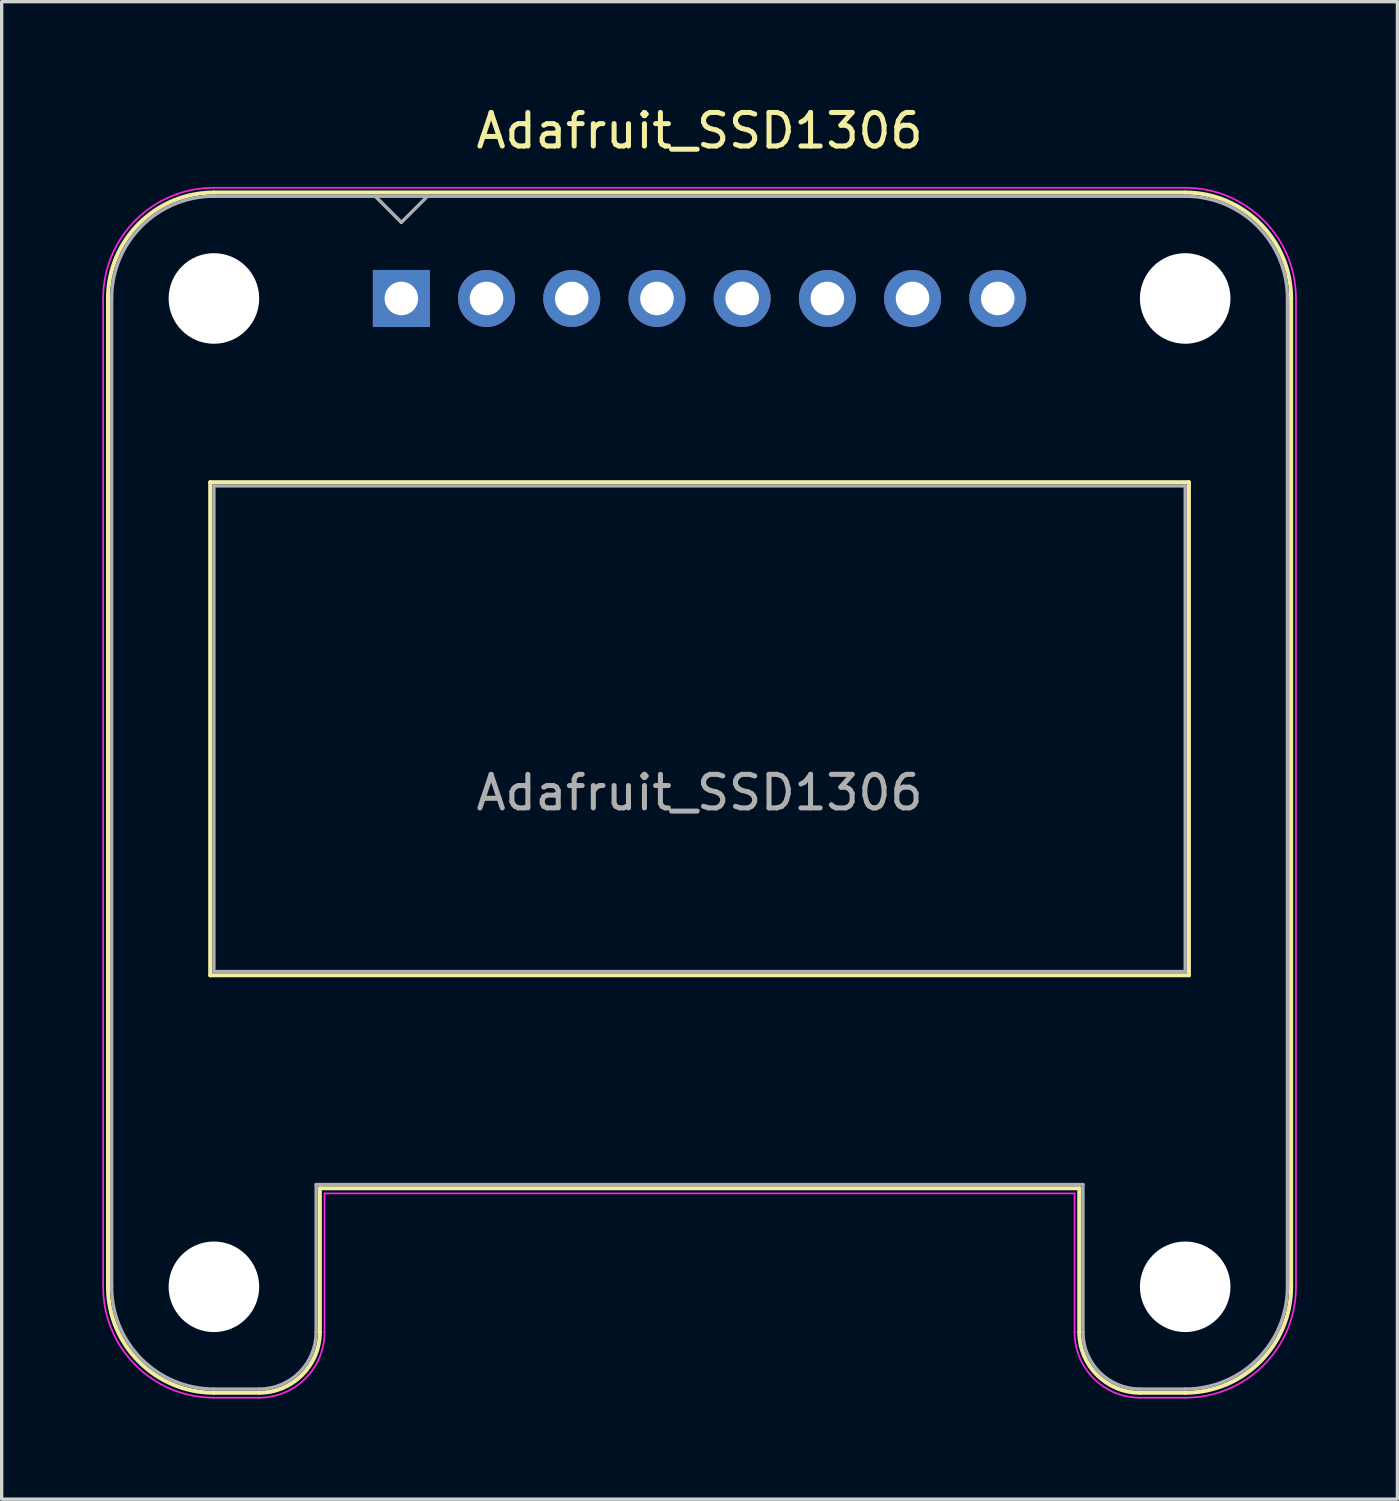
<source format=kicad_pcb>
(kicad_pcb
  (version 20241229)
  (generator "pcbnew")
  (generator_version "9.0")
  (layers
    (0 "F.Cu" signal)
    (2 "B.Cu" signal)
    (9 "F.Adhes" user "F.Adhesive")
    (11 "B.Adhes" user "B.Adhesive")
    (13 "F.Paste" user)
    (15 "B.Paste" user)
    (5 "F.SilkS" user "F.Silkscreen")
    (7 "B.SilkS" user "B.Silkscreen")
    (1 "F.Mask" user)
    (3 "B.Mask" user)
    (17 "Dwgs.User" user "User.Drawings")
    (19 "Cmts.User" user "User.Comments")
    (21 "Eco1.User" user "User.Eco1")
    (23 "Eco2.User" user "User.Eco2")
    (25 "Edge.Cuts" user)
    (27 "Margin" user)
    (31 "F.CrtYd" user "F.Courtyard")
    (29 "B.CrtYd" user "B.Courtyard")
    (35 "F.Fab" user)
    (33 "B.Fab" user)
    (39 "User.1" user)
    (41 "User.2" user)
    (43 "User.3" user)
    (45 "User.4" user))
  (footprint "Adafruit_SSD1306"
    (layer "F.Cu")
    (at 8.915 5.848)
    (property "Reference" "Adafruit_SSD1306" (at 8.89 -5 0) (layer "F.SilkS") (effects (font (size 1 1) (thickness 0.15))))
    (attr through_hole)
    (fp_line (start -8.746 0) (end -8.746 29.464) (stroke (width 0.12) (type solid)) (layer "F.SilkS"))
    (fp_line (start -5.698 5.478) (end -5.698 20.176) (stroke (width 0.12) (type solid)) (layer "F.SilkS"))
    (fp_line (start -5.698 5.478) (end 23.478 5.478) (stroke (width 0.12) (type solid)) (layer "F.SilkS"))
    (fp_line (start -5.698 20.176) (end 23.478 20.176) (stroke (width 0.12) (type solid)) (layer "F.SilkS"))
    (fp_line (start -4.238 32.622) (end -5.59 32.622) (stroke (width 0.12) (type solid)) (layer "F.SilkS"))
    (fp_line (start -2.43 26.526) (end -2.43 30.814) (stroke (width 0.12) (type solid)) (layer "F.SilkS"))
    (fp_line (start -2.43 26.526) (end 20.21 26.526) (stroke (width 0.12) (type solid)) (layer "F.SilkS"))
    (fp_line (start 20.21 26.526) (end 20.21 30.814) (stroke (width 0.12) (type solid)) (layer "F.SilkS"))
    (fp_line (start 22.018 32.622) (end 23.37 32.622) (stroke (width 0.12) (type solid)) (layer "F.SilkS"))
    (fp_line (start 23.368 -3.158) (end -5.588 -3.158) (stroke (width 0.12) (type solid)) (layer "F.SilkS"))
    (fp_line (start 23.478 5.478) (end 23.478 20.176) (stroke (width 0.12) (type solid)) (layer "F.SilkS"))
    (fp_line (start 26.526 0) (end 26.526 29.464) (stroke (width 0.12) (type solid)) (layer "F.SilkS"))
    (fp_arc (start -8.746 0) (mid -7.821043 -2.233043) (end -5.588 -3.158) (stroke (width 0.12) (type solid)) (layer "F.SilkS"))
    (fp_arc (start -5.588 32.622) (mid -7.821043 31.697043) (end -8.746 29.464) (stroke (width 0.12) (type solid)) (layer "F.SilkS"))
    (fp_arc (start -2.43 30.812) (mid -2.958137 32.091035) (end -4.236 32.622) (stroke (width 0.12) (type solid)) (layer "F.SilkS"))
    (fp_arc (start 22.016 32.622) (mid 20.738137 32.091035) (end 20.21 30.812) (stroke (width 0.12) (type solid)) (layer "F.SilkS"))
    (fp_arc (start 23.368 -3.158) (mid 25.601043 -2.233043) (end 26.526 0) (stroke (width 0.12) (type solid)) (layer "F.SilkS"))
    (fp_arc (start 26.526 29.464) (mid 25.601043 31.697043) (end 23.368 32.622) (stroke (width 0.12) (type solid)) (layer "F.SilkS"))
    (fp_line (start -8.89 0) (end -8.89 29.47) (stroke (width 0.05) (type solid)) (layer "F.CrtYd"))
    (fp_line (start -4.24 32.77) (end -5.59 32.77) (stroke (width 0.05) (type solid)) (layer "F.CrtYd"))
    (fp_line (start -2.29 26.68) (end -2.29 30.82) (stroke (width 0.05) (type solid)) (layer "F.CrtYd"))
    (fp_line (start -2.29 26.68) (end 20.07 26.68) (stroke (width 0.05) (type solid)) (layer "F.CrtYd"))
    (fp_line (start 20.07 26.68) (end 20.07 30.82) (stroke (width 0.05) (type solid)) (layer "F.CrtYd"))
    (fp_line (start 22.02 32.77) (end 23.37 32.77) (stroke (width 0.05) (type solid)) (layer "F.CrtYd"))
    (fp_line (start 23.37 -3.3) (end -5.59 -3.3) (stroke (width 0.05) (type solid)) (layer "F.CrtYd"))
    (fp_line (start 26.67 0) (end 26.67 29.47) (stroke (width 0.05) (type solid)) (layer "F.CrtYd"))
    (fp_arc (start -8.89 0) (mid -7.923452 -2.333452) (end -5.59 -3.3) (stroke (width 0.05) (type solid)) (layer "F.CrtYd"))
    (fp_arc (start -5.59 32.77) (mid -7.923452 31.803452) (end -8.89 29.47) (stroke (width 0.05) (type solid)) (layer "F.CrtYd"))
    (fp_arc (start -2.29 30.82) (mid -2.861142 32.198858) (end -4.24 32.77) (stroke (width 0.05) (type solid)) (layer "F.CrtYd"))
    (fp_arc (start 22.02 32.77) (mid 20.641142 32.198858) (end 20.07 30.82) (stroke (width 0.05) (type solid)) (layer "F.CrtYd"))
    (fp_arc (start 23.37 -3.3) (mid 25.703452 -2.333452) (end 26.67 0) (stroke (width 0.05) (type solid)) (layer "F.CrtYd"))
    (fp_arc (start 26.67 29.47) (mid 25.703452 31.803452) (end 23.37 32.77) (stroke (width 0.05) (type solid)) (layer "F.CrtYd"))
    (fp_line (start -8.636 0) (end -8.636 29.464) (stroke (width 0.1) (type solid)) (layer "F.Fab"))
    (fp_line (start -5.588 5.588) (end -5.588 20.066) (stroke (width 0.1) (type solid)) (layer "F.Fab"))
    (fp_line (start -5.588 5.588) (end 23.368 5.588) (stroke (width 0.1) (type solid)) (layer "F.Fab"))
    (fp_line (start -5.588 20.066) (end 23.368 20.066) (stroke (width 0.1) (type solid)) (layer "F.Fab"))
    (fp_line (start -4.238 32.512) (end -5.59 32.512) (stroke (width 0.1) (type solid)) (layer "F.Fab"))
    (fp_line (start -2.54 26.416) (end -2.54 30.814) (stroke (width 0.1) (type solid)) (layer "F.Fab"))
    (fp_line (start -2.54 26.416) (end 20.32 26.416) (stroke (width 0.1) (type solid)) (layer "F.Fab"))
    (fp_line (start -0.78 -3.048) (end 0 -2.268) (stroke (width 0.1) (type solid)) (layer "F.Fab"))
    (fp_line (start 0 -2.268) (end 0.78 -3.048) (stroke (width 0.1) (type solid)) (layer "F.Fab"))
    (fp_line (start 20.32 26.416) (end 20.32 30.814) (stroke (width 0.1) (type solid)) (layer "F.Fab"))
    (fp_line (start 22.018 32.512) (end 23.37 32.512) (stroke (width 0.1) (type solid)) (layer "F.Fab"))
    (fp_line (start 23.368 -3.048) (end -5.588 -3.048) (stroke (width 0.1) (type solid)) (layer "F.Fab"))
    (fp_line (start 23.368 5.588) (end 23.368 20.066) (stroke (width 0.1) (type solid)) (layer "F.Fab"))
    (fp_line (start 26.416 0) (end 26.416 29.464) (stroke (width 0.1) (type solid)) (layer "F.Fab"))
    (fp_arc (start -8.636 0.002) (mid -7.744676 -2.153847) (end -5.59 -3.048) (stroke (width 0.1) (type solid)) (layer "F.Fab"))
    (fp_arc (start -5.59 32.512) (mid -7.744676 31.617847) (end -8.636 29.462) (stroke (width 0.1) (type solid)) (layer "F.Fab"))
    (fp_arc (start -2.54 30.812) (mid -3.035918 32.013253) (end -4.236 32.512) (stroke (width 0.1) (type solid)) (layer "F.Fab"))
    (fp_arc (start 22.016 32.512) (mid 20.815918 32.013253) (end 20.32 30.812) (stroke (width 0.1) (type solid)) (layer "F.Fab"))
    (fp_arc (start 23.368 -3.048) (mid 25.523261 -2.155261) (end 26.416 0) (stroke (width 0.1) (type solid)) (layer "F.Fab"))
    (fp_arc (start 26.416 29.464) (mid 25.523261 31.619261) (end 23.368 32.512) (stroke (width 0.1) (type solid)) (layer "F.Fab"))
    (fp_text user "${REFERENCE}" (at 8.89 14.732 0) (layer "F.Fab") (effects (font (size 1 1) (thickness 0.15))))
    (pad "" np_thru_hole circle (at -5.588 0) (size 2.7 2.7) (drill 2.7) (layers "*.Cu" "*.Mask"))
    (pad "" np_thru_hole circle (at -5.588 29.464) (size 2.7 2.7) (drill 2.7) (layers "*.Cu" "*.Mask"))
    (pad "" np_thru_hole circle (at 23.368 0) (size 2.7 2.7) (drill 2.7) (layers "*.Cu" "*.Mask"))
    (pad "" np_thru_hole circle (at 23.368 29.464) (size 2.7 2.7) (drill 2.7) (layers "*.Cu" "*.Mask"))
    (pad "1" thru_hole rect (at 0 0) (size 1.7 1.7) (drill 1) (layers "*.Cu" "*.Mask"))
    (pad "2" thru_hole circle (at 2.54 0) (size 1.7 1.7) (drill 1) (layers "*.Cu" "*.Mask"))
    (pad "3" thru_hole circle (at 5.08 0) (size 1.7 1.7) (drill 1) (layers "*.Cu" "*.Mask"))
    (pad "4" thru_hole circle (at 7.62 0) (size 1.7 1.7) (drill 1) (layers "*.Cu" "*.Mask"))
    (pad "5" thru_hole circle (at 10.16 0) (size 1.7 1.7) (drill 1) (layers "*.Cu" "*.Mask"))
    (pad "6" thru_hole circle (at 12.7 0) (size 1.7 1.7) (drill 1) (layers "*.Cu" "*.Mask"))
    (pad "7" thru_hole circle (at 15.24 0) (size 1.7 1.7) (drill 1) (layers "*.Cu" "*.Mask"))
    (pad "8" thru_hole circle (at 17.78 0) (size 1.7 1.7) (drill 1) (layers "*.Cu" "*.Mask")))
  (gr_rect
    (start -3 -3)
    (end 38.61 41.643)
    (stroke (width 0.1) (type default))
    (fill no)
    (layer "Edge.Cuts")))
</source>
